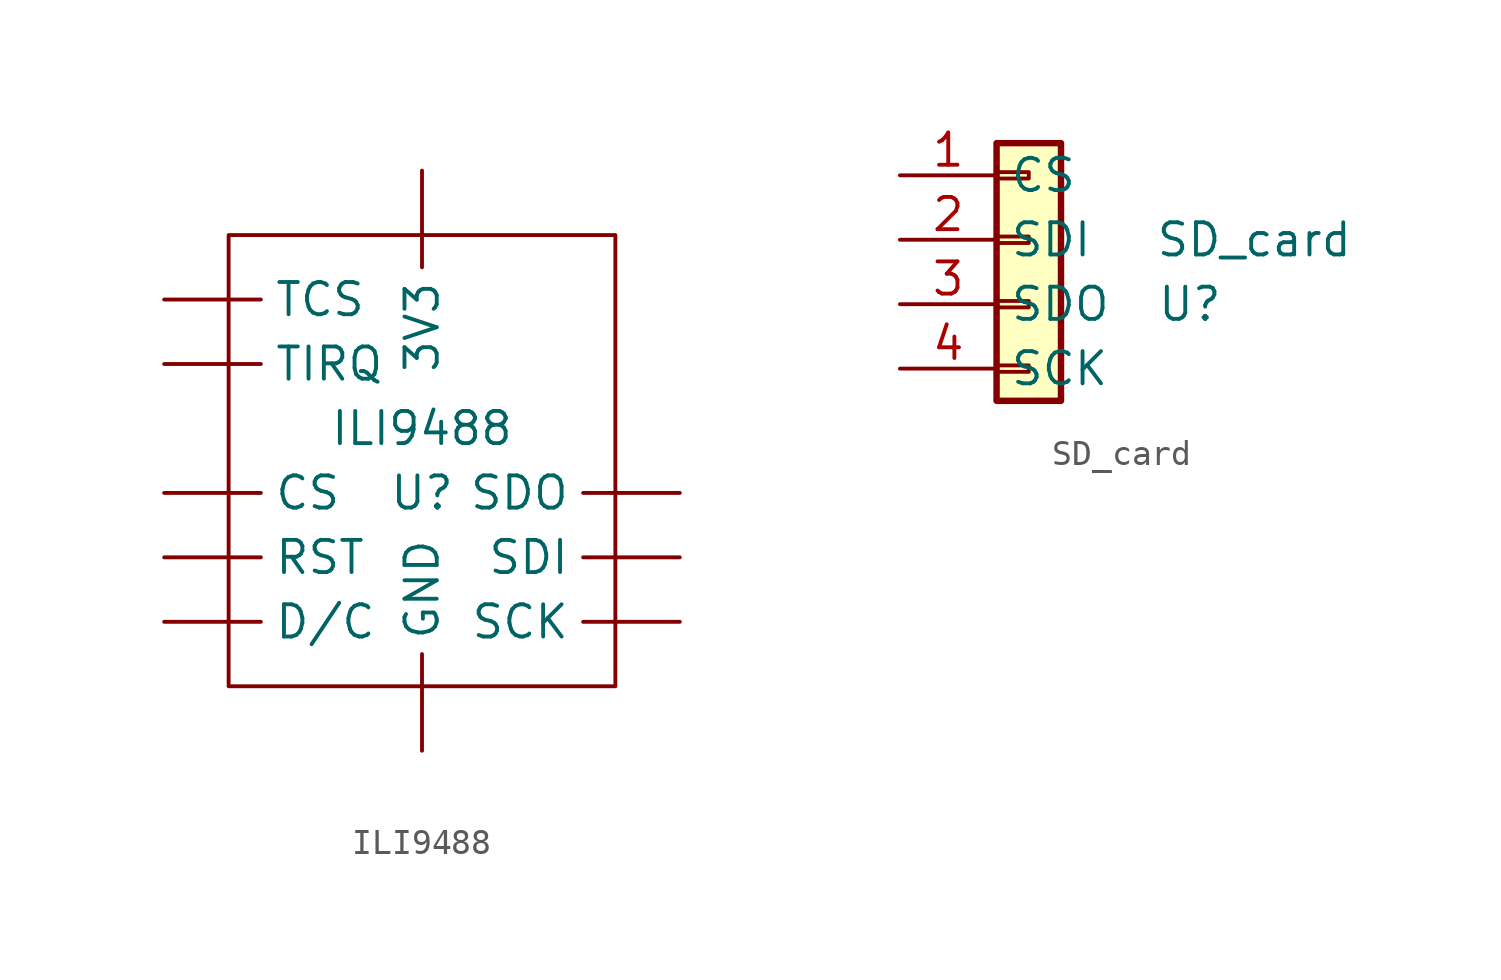
<source format=kicad_sym>
(kicad_symbol_lib
  (version 20211014)
  (generator kicad_symbol_editor)
  (symbol "ILI9488"
    (pin_numbers hide)
    (property "Reference" "U"
      (at 0 0 0)
      (effects (font (size 1.27 1.27))))
    (property "Value" "ILI9488"
      (at 0 2.54 0)
      (effects (font (size 1.27 1.27))))
    (symbol "ILI9488_0_1"
      (rectangle (start -7.62 10.16) (end 7.62 -7.62) (stroke (width 0) (type default) (color 0 0 0 0)) (fill (type none))))
    (symbol "ILI9488_1_1"
      (pin passive line (at 0 12.7 270) (length 3.81) (name "3V3" (effects (font (size 1.27 1.27)))) (number "1" (effects (font (size 1.27 1.27)))))
      (pin passive line (at -10.16 5.08 0) (length 3.81) (name "TIRQ" (effects (font (size 1.27 1.27)))) (number "10" (effects (font (size 1.27 1.27)))))
      (pin passive line (at 0 -10.16 90) (length 3.81) (name "GND" (effects (font (size 1.27 1.27)))) (number "2" (effects (font (size 1.27 1.27)))))
      (pin passive line (at -10.16 0 0) (length 3.81) (name "CS" (effects (font (size 1.27 1.27)))) (number "3" (effects (font (size 1.27 1.27)))))
      (pin passive line (at -10.16 -2.54 0) (length 3.81) (name "RST" (effects (font (size 1.27 1.27)))) (number "4" (effects (font (size 1.27 1.27)))))
      (pin passive line (at -10.16 -5.08 0) (length 3.81) (name "D/C" (effects (font (size 1.27 1.27)))) (number "5" (effects (font (size 1.27 1.27)))))
      (pin passive line (at 10.16 -2.54 180) (length 3.81) (name "SDI" (effects (font (size 1.27 1.27)))) (number "6" (effects (font (size 1.27 1.27)))))
      (pin passive line (at 10.16 -5.08 180) (length 3.81) (name "SCK" (effects (font (size 1.27 1.27)))) (number "7" (effects (font (size 1.27 1.27)))))
      (pin passive line (at 10.16 0 180) (length 3.81) (name "SDO" (effects (font (size 1.27 1.27)))) (number "8" (effects (font (size 1.27 1.27)))))
      (pin passive line (at -10.16 7.62 0) (length 3.81) (name "TCS" (effects (font (size 1.27 1.27)))) (number "9" (effects (font (size 1.27 1.27)))))))
  (symbol "SD_card"
    (property "Reference" "U"
      (at 6.35 -1.27 0)
      (effects (font (size 1.27 1.27))))
    (property "Value" "SD_card"
      (at 8.89 1.27 0)
      (effects (font (size 1.27 1.27))))
    (symbol "SD_card_1_1"
      (rectangle (start -1.27 -3.683) (end 0 -3.937) (stroke (width 0.152) (type default) (color 0 0 0 0)) (fill (type none)))
      (rectangle (start -1.27 -1.143) (end 0 -1.397) (stroke (width 0.152) (type default) (color 0 0 0 0)) (fill (type none)))
      (rectangle (start -1.27 1.397) (end 0 1.143) (stroke (width 0.152) (type default) (color 0 0 0 0)) (fill (type none)))
      (rectangle (start -1.27 3.937) (end 0 3.683) (stroke (width 0.152) (type default) (color 0 0 0 0)) (fill (type none)))
      (rectangle (start -1.27 5.08) (end 1.27 -5.08) (stroke (width 0.254) (type default) (color 0 0 0 0)) (fill (type background)))
      (pin passive line (at -5.08 3.81 0) (length 3.81) (name "CS" (effects (font (size 1.27 1.27)))) (number "1" (effects (font (size 1.27 1.27)))))
      (pin passive line (at -5.08 1.27 0) (length 3.81) (name "SDI" (effects (font (size 1.27 1.27)))) (number "2" (effects (font (size 1.27 1.27)))))
      (pin passive line (at -5.08 -1.27 0) (length 3.81) (name "SDO" (effects (font (size 1.27 1.27)))) (number "3" (effects (font (size 1.27 1.27)))))
      (pin passive line (at -5.08 -3.81 0) (length 3.81) (name "SCK" (effects (font (size 1.27 1.27)))) (number "4" (effects (font (size 1.27 1.27))))))))
</source>
